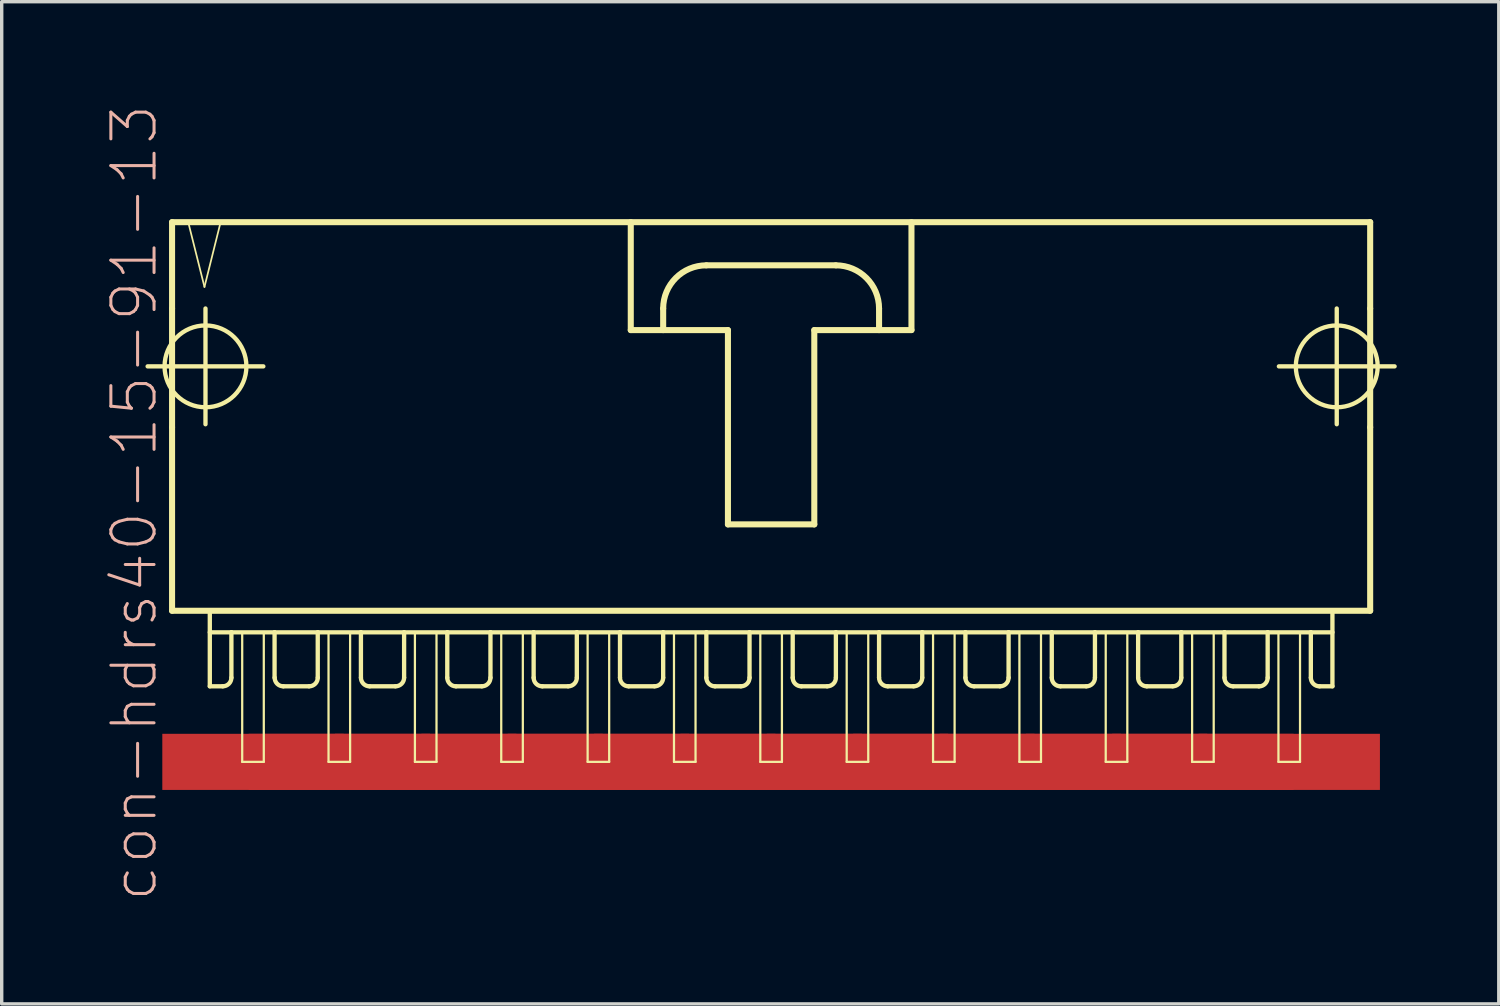
<source format=kicad_pcb>
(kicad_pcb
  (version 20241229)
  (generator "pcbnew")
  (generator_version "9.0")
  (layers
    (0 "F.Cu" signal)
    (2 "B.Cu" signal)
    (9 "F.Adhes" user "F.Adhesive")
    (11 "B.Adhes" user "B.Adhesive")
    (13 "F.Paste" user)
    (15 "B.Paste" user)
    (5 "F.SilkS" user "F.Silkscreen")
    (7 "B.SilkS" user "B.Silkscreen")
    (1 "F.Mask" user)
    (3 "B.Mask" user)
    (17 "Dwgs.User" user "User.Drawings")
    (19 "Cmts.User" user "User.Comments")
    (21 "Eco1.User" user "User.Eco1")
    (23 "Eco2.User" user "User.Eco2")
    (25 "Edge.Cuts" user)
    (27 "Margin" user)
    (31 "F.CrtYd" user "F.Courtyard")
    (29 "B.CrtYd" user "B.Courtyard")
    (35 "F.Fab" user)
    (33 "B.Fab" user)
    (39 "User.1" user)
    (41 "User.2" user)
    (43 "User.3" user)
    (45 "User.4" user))
  (footprint "con-hdrs40-15-91-13"
    (layer "F.Cu")
    (at 19.631 8.564)
    (property "Reference" "con-hdrs40-15-91-13" (at -18.733 3.175 90) (layer "B.SilkS") (effects (font (size 1.27 1.27) (thickness 0.089))))
    (attr smd)
    (fp_line (start -18.339 -0.838) (end -14.935 -0.838) (stroke (width 0.127) (type solid)) (layer "F.SilkS"))
    (fp_line (start -17.62 -5.08) (end -17.62 -2.54) (stroke (width 0.178) (type solid)) (layer "F.SilkS"))
    (fp_line (start -17.62 -2.54) (end -17.62 0.953) (stroke (width 0.178) (type solid)) (layer "F.SilkS"))
    (fp_line (start -17.62 0.953) (end -17.62 6.35) (stroke (width 0.178) (type solid)) (layer "F.SilkS"))
    (fp_line (start -17.62 6.35) (end 17.62 6.35) (stroke (width 0.178) (type solid)) (layer "F.SilkS"))
    (fp_line (start -17.145 -5.08) (end -16.667 -3.175) (stroke (width 0.051) (type solid)) (layer "F.SilkS"))
    (fp_line (start -16.667 -3.175) (end -16.192 -5.08) (stroke (width 0.051) (type solid)) (layer "F.SilkS"))
    (fp_line (start -16.637 0.864) (end -16.637 -2.54) (stroke (width 0.127) (type solid)) (layer "F.SilkS"))
    (fp_line (start -16.51 6.35) (end -16.51 8.572) (stroke (width 0.127) (type solid)) (layer "F.SilkS"))
    (fp_line (start -16.51 6.985) (end -15.875 6.985) (stroke (width 0.127) (type solid)) (layer "F.SilkS"))
    (fp_line (start -16.192 -5.08) (end -17.145 -5.08) (stroke (width 0.051) (type solid)) (layer "F.SilkS"))
    (fp_line (start -16.129 8.572) (end -16.51 8.572) (stroke (width 0.127) (type solid)) (layer "F.SilkS"))
    (fp_line (start -15.875 6.985) (end -15.875 8.319) (stroke (width 0.127) (type solid)) (layer "F.SilkS"))
    (fp_line (start -15.875 6.985) (end -14.605 6.985) (stroke (width 0.127) (type solid)) (layer "F.SilkS"))
    (fp_line (start -15.557 6.985) (end -14.922 6.985) (stroke (width 0.066) (type solid)) (layer "F.SilkS"))
    (fp_line (start -15.557 10.795) (end -15.557 6.985) (stroke (width 0.066) (type solid)) (layer "F.SilkS"))
    (fp_line (start -15.557 10.795) (end -14.922 10.795) (stroke (width 0.066) (type solid)) (layer "F.SilkS"))
    (fp_line (start -14.922 10.795) (end -14.922 6.985) (stroke (width 0.066) (type solid)) (layer "F.SilkS"))
    (fp_line (start -14.605 6.985) (end -14.605 8.319) (stroke (width 0.127) (type solid)) (layer "F.SilkS"))
    (fp_line (start -14.605 6.985) (end -13.335 6.985) (stroke (width 0.127) (type solid)) (layer "F.SilkS"))
    (fp_line (start -13.589 8.572) (end -14.348 8.572) (stroke (width 0.127) (type solid)) (layer "F.SilkS"))
    (fp_line (start -13.335 6.985) (end -13.335 8.319) (stroke (width 0.127) (type solid)) (layer "F.SilkS"))
    (fp_line (start -13.335 6.985) (end -12.065 6.985) (stroke (width 0.127) (type solid)) (layer "F.SilkS"))
    (fp_line (start -13.018 6.985) (end -12.383 6.985) (stroke (width 0.066) (type solid)) (layer "F.SilkS"))
    (fp_line (start -13.018 10.795) (end -13.018 6.985) (stroke (width 0.066) (type solid)) (layer "F.SilkS"))
    (fp_line (start -13.018 10.795) (end -12.383 10.795) (stroke (width 0.066) (type solid)) (layer "F.SilkS"))
    (fp_line (start -12.383 10.795) (end -12.383 6.985) (stroke (width 0.066) (type solid)) (layer "F.SilkS"))
    (fp_line (start -12.065 6.985) (end -12.065 8.319) (stroke (width 0.127) (type solid)) (layer "F.SilkS"))
    (fp_line (start -12.065 6.985) (end -10.795 6.985) (stroke (width 0.127) (type solid)) (layer "F.SilkS"))
    (fp_line (start -11.049 8.572) (end -11.811 8.572) (stroke (width 0.127) (type solid)) (layer "F.SilkS"))
    (fp_line (start -10.795 6.985) (end -10.795 8.319) (stroke (width 0.127) (type solid)) (layer "F.SilkS"))
    (fp_line (start -10.795 6.985) (end -9.525 6.985) (stroke (width 0.127) (type solid)) (layer "F.SilkS"))
    (fp_line (start -10.477 6.985) (end -9.842 6.985) (stroke (width 0.066) (type solid)) (layer "F.SilkS"))
    (fp_line (start -10.477 10.795) (end -10.477 6.985) (stroke (width 0.066) (type solid)) (layer "F.SilkS"))
    (fp_line (start -10.477 10.795) (end -9.842 10.795) (stroke (width 0.066) (type solid)) (layer "F.SilkS"))
    (fp_line (start -9.842 10.795) (end -9.842 6.985) (stroke (width 0.066) (type solid)) (layer "F.SilkS"))
    (fp_line (start -9.525 6.985) (end -9.525 8.319) (stroke (width 0.127) (type solid)) (layer "F.SilkS"))
    (fp_line (start -9.525 6.985) (end -8.255 6.985) (stroke (width 0.127) (type solid)) (layer "F.SilkS"))
    (fp_line (start -8.509 8.572) (end -9.271 8.572) (stroke (width 0.127) (type solid)) (layer "F.SilkS"))
    (fp_line (start -8.255 6.985) (end -8.255 8.319) (stroke (width 0.127) (type solid)) (layer "F.SilkS"))
    (fp_line (start -8.255 6.985) (end -6.985 6.985) (stroke (width 0.127) (type solid)) (layer "F.SilkS"))
    (fp_line (start -7.938 6.985) (end -7.303 6.985) (stroke (width 0.066) (type solid)) (layer "F.SilkS"))
    (fp_line (start -7.938 10.795) (end -7.938 6.985) (stroke (width 0.066) (type solid)) (layer "F.SilkS"))
    (fp_line (start -7.938 10.795) (end -7.303 10.795) (stroke (width 0.066) (type solid)) (layer "F.SilkS"))
    (fp_line (start -7.303 10.795) (end -7.303 6.985) (stroke (width 0.066) (type solid)) (layer "F.SilkS"))
    (fp_line (start -6.985 6.985) (end -6.985 8.319) (stroke (width 0.127) (type solid)) (layer "F.SilkS"))
    (fp_line (start -6.985 6.985) (end -5.715 6.985) (stroke (width 0.127) (type solid)) (layer "F.SilkS"))
    (fp_line (start -5.969 8.572) (end -6.731 8.572) (stroke (width 0.127) (type solid)) (layer "F.SilkS"))
    (fp_line (start -5.715 6.985) (end -5.715 8.319) (stroke (width 0.127) (type solid)) (layer "F.SilkS"))
    (fp_line (start -5.715 6.985) (end -4.445 6.985) (stroke (width 0.127) (type solid)) (layer "F.SilkS"))
    (fp_line (start -5.397 6.985) (end -4.763 6.985) (stroke (width 0.066) (type solid)) (layer "F.SilkS"))
    (fp_line (start -5.397 10.795) (end -5.397 6.985) (stroke (width 0.066) (type solid)) (layer "F.SilkS"))
    (fp_line (start -5.397 10.795) (end -4.763 10.795) (stroke (width 0.066) (type solid)) (layer "F.SilkS"))
    (fp_line (start -4.763 10.795) (end -4.763 6.985) (stroke (width 0.066) (type solid)) (layer "F.SilkS"))
    (fp_line (start -4.445 6.985) (end -4.445 8.319) (stroke (width 0.127) (type solid)) (layer "F.SilkS"))
    (fp_line (start -4.445 6.985) (end -3.175 6.985) (stroke (width 0.127) (type solid)) (layer "F.SilkS"))
    (fp_line (start -4.128 -5.08) (end -4.128 -1.905) (stroke (width 0.178) (type solid)) (layer "F.SilkS"))
    (fp_line (start -4.128 -1.905) (end -3.175 -1.905) (stroke (width 0.178) (type solid)) (layer "F.SilkS"))
    (fp_line (start -3.429 8.572) (end -4.191 8.572) (stroke (width 0.127) (type solid)) (layer "F.SilkS"))
    (fp_line (start -3.175 -1.905) (end -3.175 -2.54) (stroke (width 0.178) (type solid)) (layer "F.SilkS"))
    (fp_line (start -3.175 -1.905) (end -1.27 -1.905) (stroke (width 0.178) (type solid)) (layer "F.SilkS"))
    (fp_line (start -3.175 6.985) (end -3.175 8.319) (stroke (width 0.127) (type solid)) (layer "F.SilkS"))
    (fp_line (start -3.175 6.985) (end -1.905 6.985) (stroke (width 0.127) (type solid)) (layer "F.SilkS"))
    (fp_line (start -2.857 6.985) (end -2.223 6.985) (stroke (width 0.066) (type solid)) (layer "F.SilkS"))
    (fp_line (start -2.857 10.795) (end -2.857 6.985) (stroke (width 0.066) (type solid)) (layer "F.SilkS"))
    (fp_line (start -2.857 10.795) (end -2.223 10.795) (stroke (width 0.066) (type solid)) (layer "F.SilkS"))
    (fp_line (start -2.223 10.795) (end -2.223 6.985) (stroke (width 0.066) (type solid)) (layer "F.SilkS"))
    (fp_line (start -1.905 -3.81) (end 1.905 -3.81) (stroke (width 0.178) (type solid)) (layer "F.SilkS"))
    (fp_line (start -1.905 6.985) (end -1.905 8.319) (stroke (width 0.127) (type solid)) (layer "F.SilkS"))
    (fp_line (start -1.905 6.985) (end -0.635 6.985) (stroke (width 0.127) (type solid)) (layer "F.SilkS"))
    (fp_line (start -1.27 -1.905) (end -1.27 3.81) (stroke (width 0.178) (type solid)) (layer "F.SilkS"))
    (fp_line (start -1.27 3.81) (end 1.27 3.81) (stroke (width 0.178) (type solid)) (layer "F.SilkS"))
    (fp_line (start -0.889 8.572) (end -1.651 8.572) (stroke (width 0.127) (type solid)) (layer "F.SilkS"))
    (fp_line (start -0.635 6.985) (end -0.635 8.319) (stroke (width 0.127) (type solid)) (layer "F.SilkS"))
    (fp_line (start -0.635 6.985) (end 0.635 6.985) (stroke (width 0.127) (type solid)) (layer "F.SilkS"))
    (fp_line (start -0.318 6.985) (end 0.318 6.985) (stroke (width 0.066) (type solid)) (layer "F.SilkS"))
    (fp_line (start -0.318 10.795) (end -0.318 6.985) (stroke (width 0.066) (type solid)) (layer "F.SilkS"))
    (fp_line (start -0.318 10.795) (end 0.318 10.795) (stroke (width 0.066) (type solid)) (layer "F.SilkS"))
    (fp_line (start 0.318 10.795) (end 0.318 6.985) (stroke (width 0.066) (type solid)) (layer "F.SilkS"))
    (fp_line (start 0.635 6.985) (end 0.635 8.319) (stroke (width 0.127) (type solid)) (layer "F.SilkS"))
    (fp_line (start 0.635 6.985) (end 1.905 6.985) (stroke (width 0.127) (type solid)) (layer "F.SilkS"))
    (fp_line (start 1.27 -1.905) (end 3.175 -1.905) (stroke (width 0.178) (type solid)) (layer "F.SilkS"))
    (fp_line (start 1.27 3.81) (end 1.27 -1.905) (stroke (width 0.178) (type solid)) (layer "F.SilkS"))
    (fp_line (start 1.651 8.572) (end 0.889 8.572) (stroke (width 0.127) (type solid)) (layer "F.SilkS"))
    (fp_line (start 1.905 6.985) (end 1.905 8.319) (stroke (width 0.127) (type solid)) (layer "F.SilkS"))
    (fp_line (start 1.905 6.985) (end 3.175 6.985) (stroke (width 0.127) (type solid)) (layer "F.SilkS"))
    (fp_line (start 2.223 6.985) (end 2.857 6.985) (stroke (width 0.066) (type solid)) (layer "F.SilkS"))
    (fp_line (start 2.223 10.795) (end 2.223 6.985) (stroke (width 0.066) (type solid)) (layer "F.SilkS"))
    (fp_line (start 2.223 10.795) (end 2.857 10.795) (stroke (width 0.066) (type solid)) (layer "F.SilkS"))
    (fp_line (start 2.857 10.795) (end 2.857 6.985) (stroke (width 0.066) (type solid)) (layer "F.SilkS"))
    (fp_line (start 3.175 -2.54) (end 3.175 -1.905) (stroke (width 0.178) (type solid)) (layer "F.SilkS"))
    (fp_line (start 3.175 -1.905) (end 4.128 -1.905) (stroke (width 0.178) (type solid)) (layer "F.SilkS"))
    (fp_line (start 3.175 6.985) (end 3.175 8.319) (stroke (width 0.127) (type solid)) (layer "F.SilkS"))
    (fp_line (start 3.175 6.985) (end 4.445 6.985) (stroke (width 0.127) (type solid)) (layer "F.SilkS"))
    (fp_line (start 4.128 -1.905) (end 4.128 -5.08) (stroke (width 0.178) (type solid)) (layer "F.SilkS"))
    (fp_line (start 4.191 8.572) (end 3.429 8.572) (stroke (width 0.127) (type solid)) (layer "F.SilkS"))
    (fp_line (start 4.445 6.985) (end 4.445 8.319) (stroke (width 0.127) (type solid)) (layer "F.SilkS"))
    (fp_line (start 4.445 6.985) (end 5.715 6.985) (stroke (width 0.127) (type solid)) (layer "F.SilkS"))
    (fp_line (start 4.763 6.985) (end 5.397 6.985) (stroke (width 0.066) (type solid)) (layer "F.SilkS"))
    (fp_line (start 4.763 10.795) (end 4.763 6.985) (stroke (width 0.066) (type solid)) (layer "F.SilkS"))
    (fp_line (start 4.763 10.795) (end 5.397 10.795) (stroke (width 0.066) (type solid)) (layer "F.SilkS"))
    (fp_line (start 5.397 10.795) (end 5.397 6.985) (stroke (width 0.066) (type solid)) (layer "F.SilkS"))
    (fp_line (start 5.715 6.985) (end 5.715 8.319) (stroke (width 0.127) (type solid)) (layer "F.SilkS"))
    (fp_line (start 5.715 6.985) (end 6.985 6.985) (stroke (width 0.127) (type solid)) (layer "F.SilkS"))
    (fp_line (start 6.731 8.572) (end 5.969 8.572) (stroke (width 0.127) (type solid)) (layer "F.SilkS"))
    (fp_line (start 6.985 6.985) (end 6.985 8.319) (stroke (width 0.127) (type solid)) (layer "F.SilkS"))
    (fp_line (start 6.985 6.985) (end 8.255 6.985) (stroke (width 0.127) (type solid)) (layer "F.SilkS"))
    (fp_line (start 7.303 6.985) (end 7.938 6.985) (stroke (width 0.066) (type solid)) (layer "F.SilkS"))
    (fp_line (start 7.303 10.795) (end 7.303 6.985) (stroke (width 0.066) (type solid)) (layer "F.SilkS"))
    (fp_line (start 7.303 10.795) (end 7.938 10.795) (stroke (width 0.066) (type solid)) (layer "F.SilkS"))
    (fp_line (start 7.938 10.795) (end 7.938 6.985) (stroke (width 0.066) (type solid)) (layer "F.SilkS"))
    (fp_line (start 8.255 6.985) (end 8.255 8.319) (stroke (width 0.127) (type solid)) (layer "F.SilkS"))
    (fp_line (start 8.255 6.985) (end 9.525 6.985) (stroke (width 0.127) (type solid)) (layer "F.SilkS"))
    (fp_line (start 9.271 8.572) (end 8.509 8.572) (stroke (width 0.127) (type solid)) (layer "F.SilkS"))
    (fp_line (start 9.525 6.985) (end 9.525 8.319) (stroke (width 0.127) (type solid)) (layer "F.SilkS"))
    (fp_line (start 9.525 6.985) (end 10.795 6.985) (stroke (width 0.127) (type solid)) (layer "F.SilkS"))
    (fp_line (start 9.842 6.985) (end 10.477 6.985) (stroke (width 0.066) (type solid)) (layer "F.SilkS"))
    (fp_line (start 9.842 10.795) (end 9.842 6.985) (stroke (width 0.066) (type solid)) (layer "F.SilkS"))
    (fp_line (start 9.842 10.795) (end 10.477 10.795) (stroke (width 0.066) (type solid)) (layer "F.SilkS"))
    (fp_line (start 10.477 10.795) (end 10.477 6.985) (stroke (width 0.066) (type solid)) (layer "F.SilkS"))
    (fp_line (start 10.795 6.985) (end 10.795 8.319) (stroke (width 0.127) (type solid)) (layer "F.SilkS"))
    (fp_line (start 10.795 6.985) (end 12.065 6.985) (stroke (width 0.127) (type solid)) (layer "F.SilkS"))
    (fp_line (start 11.049 8.572) (end 11.811 8.572) (stroke (width 0.127) (type solid)) (layer "F.SilkS"))
    (fp_line (start 12.065 6.985) (end 13.335 6.985) (stroke (width 0.127) (type solid)) (layer "F.SilkS"))
    (fp_line (start 12.065 8.319) (end 12.065 6.985) (stroke (width 0.127) (type solid)) (layer "F.SilkS"))
    (fp_line (start 12.383 6.985) (end 13.018 6.985) (stroke (width 0.066) (type solid)) (layer "F.SilkS"))
    (fp_line (start 12.383 10.795) (end 12.383 6.985) (stroke (width 0.066) (type solid)) (layer "F.SilkS"))
    (fp_line (start 12.383 10.795) (end 13.018 10.795) (stroke (width 0.066) (type solid)) (layer "F.SilkS"))
    (fp_line (start 13.018 10.795) (end 13.018 6.985) (stroke (width 0.066) (type solid)) (layer "F.SilkS"))
    (fp_line (start 13.335 6.985) (end 13.335 8.319) (stroke (width 0.127) (type solid)) (layer "F.SilkS"))
    (fp_line (start 13.335 6.985) (end 14.605 6.985) (stroke (width 0.127) (type solid)) (layer "F.SilkS"))
    (fp_line (start 13.589 8.572) (end 14.348 8.572) (stroke (width 0.127) (type solid)) (layer "F.SilkS"))
    (fp_line (start 14.605 6.985) (end 15.875 6.985) (stroke (width 0.127) (type solid)) (layer "F.SilkS"))
    (fp_line (start 14.605 8.319) (end 14.605 6.985) (stroke (width 0.127) (type solid)) (layer "F.SilkS"))
    (fp_line (start 14.922 6.985) (end 15.557 6.985) (stroke (width 0.066) (type solid)) (layer "F.SilkS"))
    (fp_line (start 14.922 10.795) (end 14.922 6.985) (stroke (width 0.066) (type solid)) (layer "F.SilkS"))
    (fp_line (start 14.922 10.795) (end 15.557 10.795) (stroke (width 0.066) (type solid)) (layer "F.SilkS"))
    (fp_line (start 14.935 -0.838) (end 18.339 -0.838) (stroke (width 0.127) (type solid)) (layer "F.SilkS"))
    (fp_line (start 15.557 10.795) (end 15.557 6.985) (stroke (width 0.066) (type solid)) (layer "F.SilkS"))
    (fp_line (start 15.875 6.985) (end 15.875 8.319) (stroke (width 0.127) (type solid)) (layer "F.SilkS"))
    (fp_line (start 15.875 6.985) (end 16.51 6.985) (stroke (width 0.127) (type solid)) (layer "F.SilkS"))
    (fp_line (start 16.129 8.572) (end 16.51 8.572) (stroke (width 0.127) (type solid)) (layer "F.SilkS"))
    (fp_line (start 16.51 8.572) (end 16.51 6.35) (stroke (width 0.127) (type solid)) (layer "F.SilkS"))
    (fp_line (start 16.637 0.864) (end 16.637 -2.54) (stroke (width 0.127) (type solid)) (layer "F.SilkS"))
    (fp_line (start 17.62 -5.08) (end -17.62 -5.08) (stroke (width 0.178) (type solid)) (layer "F.SilkS"))
    (fp_line (start 17.62 -2.54) (end 17.62 -5.08) (stroke (width 0.178) (type solid)) (layer "F.SilkS"))
    (fp_line (start 17.62 -2.54) (end 17.62 0.953) (stroke (width 0.178) (type solid)) (layer "F.SilkS"))
    (fp_line (start 17.62 6.35) (end 17.62 0.953) (stroke (width 0.178) (type solid)) (layer "F.SilkS"))
    (fp_arc (start -15.875 8.3185) (mid -15.949395 8.498105) (end -16.129 8.5725) (stroke (width 0.127) (type solid)) (layer "F.SilkS"))
    (fp_arc (start -14.34846 8.5725) (mid -14.528065 8.498105) (end -14.60246 8.3185) (stroke (width 0.127) (type solid)) (layer "F.SilkS"))
    (fp_arc (start -13.335 8.3185) (mid -13.409395 8.498105) (end -13.589 8.5725) (stroke (width 0.127) (type solid)) (layer "F.SilkS"))
    (fp_arc (start -11.811 8.5725) (mid -11.990605 8.498105) (end -12.065 8.3185) (stroke (width 0.127) (type solid)) (layer "F.SilkS"))
    (fp_arc (start -10.795 8.3185) (mid -10.869395 8.498105) (end -11.049 8.5725) (stroke (width 0.127) (type solid)) (layer "F.SilkS"))
    (fp_arc (start -9.271 8.5725) (mid -9.450605 8.498105) (end -9.525 8.3185) (stroke (width 0.127) (type solid)) (layer "F.SilkS"))
    (fp_arc (start -8.255 8.3185) (mid -8.329395 8.498105) (end -8.509 8.5725) (stroke (width 0.127) (type solid)) (layer "F.SilkS"))
    (fp_arc (start -6.731 8.5725) (mid -6.910605 8.498105) (end -6.985 8.3185) (stroke (width 0.127) (type solid)) (layer "F.SilkS"))
    (fp_arc (start -5.715 8.3185) (mid -5.789395 8.498105) (end -5.969 8.5725) (stroke (width 0.127) (type solid)) (layer "F.SilkS"))
    (fp_arc (start -4.191 8.5725) (mid -4.370605 8.498105) (end -4.445 8.3185) (stroke (width 0.127) (type solid)) (layer "F.SilkS"))
    (fp_arc (start -3.175 -2.54) (mid -2.803026 -3.438026) (end -1.905 -3.81) (stroke (width 0.1778) (type solid)) (layer "F.SilkS"))
    (fp_arc (start -3.175 8.3185) (mid -3.249395 8.498105) (end -3.429 8.5725) (stroke (width 0.127) (type solid)) (layer "F.SilkS"))
    (fp_arc (start -1.651 8.5725) (mid -1.830605 8.498105) (end -1.905 8.3185) (stroke (width 0.127) (type solid)) (layer "F.SilkS"))
    (fp_arc (start -0.635 8.3185) (mid -0.709395 8.498105) (end -0.889 8.5725) (stroke (width 0.127) (type solid)) (layer "F.SilkS"))
    (fp_arc (start 0.889 8.5725) (mid 0.709395 8.498105) (end 0.635 8.3185) (stroke (width 0.127) (type solid)) (layer "F.SilkS"))
    (fp_arc (start 1.905 -3.81) (mid 2.803026 -3.438026) (end 3.175 -2.54) (stroke (width 0.1778) (type solid)) (layer "F.SilkS"))
    (fp_arc (start 1.905 8.3185) (mid 1.830605 8.498105) (end 1.651 8.5725) (stroke (width 0.127) (type solid)) (layer "F.SilkS"))
    (fp_arc (start 3.429 8.5725) (mid 3.249395 8.498105) (end 3.175 8.3185) (stroke (width 0.127) (type solid)) (layer "F.SilkS"))
    (fp_arc (start 4.445 8.3185) (mid 4.370605 8.498105) (end 4.191 8.5725) (stroke (width 0.127) (type solid)) (layer "F.SilkS"))
    (fp_arc (start 5.969 8.5725) (mid 5.789395 8.498105) (end 5.715 8.3185) (stroke (width 0.127) (type solid)) (layer "F.SilkS"))
    (fp_arc (start 6.985 8.3185) (mid 6.910605 8.498105) (end 6.731 8.5725) (stroke (width 0.127) (type solid)) (layer "F.SilkS"))
    (fp_arc (start 8.509 8.5725) (mid 8.329395 8.498105) (end 8.255 8.3185) (stroke (width 0.127) (type solid)) (layer "F.SilkS"))
    (fp_arc (start 9.525 8.3185) (mid 9.450605 8.498105) (end 9.271 8.5725) (stroke (width 0.127) (type solid)) (layer "F.SilkS"))
    (fp_arc (start 11.049 8.5725) (mid 10.869395 8.498105) (end 10.795 8.3185) (stroke (width 0.127) (type solid)) (layer "F.SilkS"))
    (fp_arc (start 12.065 8.3185) (mid 11.990605 8.498105) (end 11.811 8.5725) (stroke (width 0.127) (type solid)) (layer "F.SilkS"))
    (fp_arc (start 13.589 8.5725) (mid 13.409395 8.498105) (end 13.335 8.3185) (stroke (width 0.127) (type solid)) (layer "F.SilkS"))
    (fp_arc (start 14.605 8.3185) (mid 14.529861 8.499901) (end 14.34846 8.57504) (stroke (width 0.127) (type solid)) (layer "F.SilkS"))
    (fp_arc (start 16.129 8.5725) (mid 15.949395 8.498105) (end 15.875 8.3185) (stroke (width 0.127) (type solid)) (layer "F.SilkS"))
    (fp_circle (center -16.637 -0.838) (end -17.488 -1.689) (stroke (width 0.127) (type solid)) (fill no) (layer "F.SilkS"))
    (fp_circle (center 16.637 -0.838) (end 17.488 -1.689) (stroke (width 0.127) (type solid)) (fill no) (layer "F.SilkS"))
    (pad "1" smd rect (at -15.24 10.795) (size 5.334 1.651) (layers "F.Cu" "F.Mask" "F.Paste"))
    (pad "2" smd rect (at -12.7 10.795) (size 5.334 1.651) (layers "F.Cu" "F.Mask" "F.Paste"))
    (pad "3" smd rect (at -10.16 10.795) (size 5.334 1.651) (layers "F.Cu" "F.Mask" "F.Paste"))
    (pad "4" smd rect (at -7.62 10.795) (size 5.334 1.651) (layers "F.Cu" "F.Mask" "F.Paste"))
    (pad "5" smd rect (at -5.08 10.795) (size 5.334 1.651) (layers "F.Cu" "F.Mask" "F.Paste"))
    (pad "6" smd rect (at -2.54 10.795) (size 5.334 1.651) (layers "F.Cu" "F.Mask" "F.Paste"))
    (pad "7" smd rect (at 0 10.795) (size 5.334 1.651) (layers "F.Cu" "F.Mask" "F.Paste"))
    (pad "8" smd rect (at 2.54 10.795) (size 5.334 1.651) (layers "F.Cu" "F.Mask" "F.Paste"))
    (pad "9" smd rect (at 5.08 10.795) (size 5.334 1.651) (layers "F.Cu" "F.Mask" "F.Paste"))
    (pad "10" smd rect (at 7.62 10.795) (size 5.334 1.651) (layers "F.Cu" "F.Mask" "F.Paste"))
    (pad "11" smd rect (at 10.16 10.795) (size 5.334 1.651) (layers "F.Cu" "F.Mask" "F.Paste"))
    (pad "12" smd rect (at 12.7 10.795) (size 5.334 1.651) (layers "F.Cu" "F.Mask" "F.Paste"))
    (pad "13" smd rect (at 15.24 10.795) (size 5.334 1.651) (layers "F.Cu" "F.Mask" "F.Paste")))
  (gr_rect
    (start -3 -3)
    (end 41.034 26.477)
    (stroke (width 0.1) (type default))
    (fill no)
    (layer "Edge.Cuts")))
</source>
